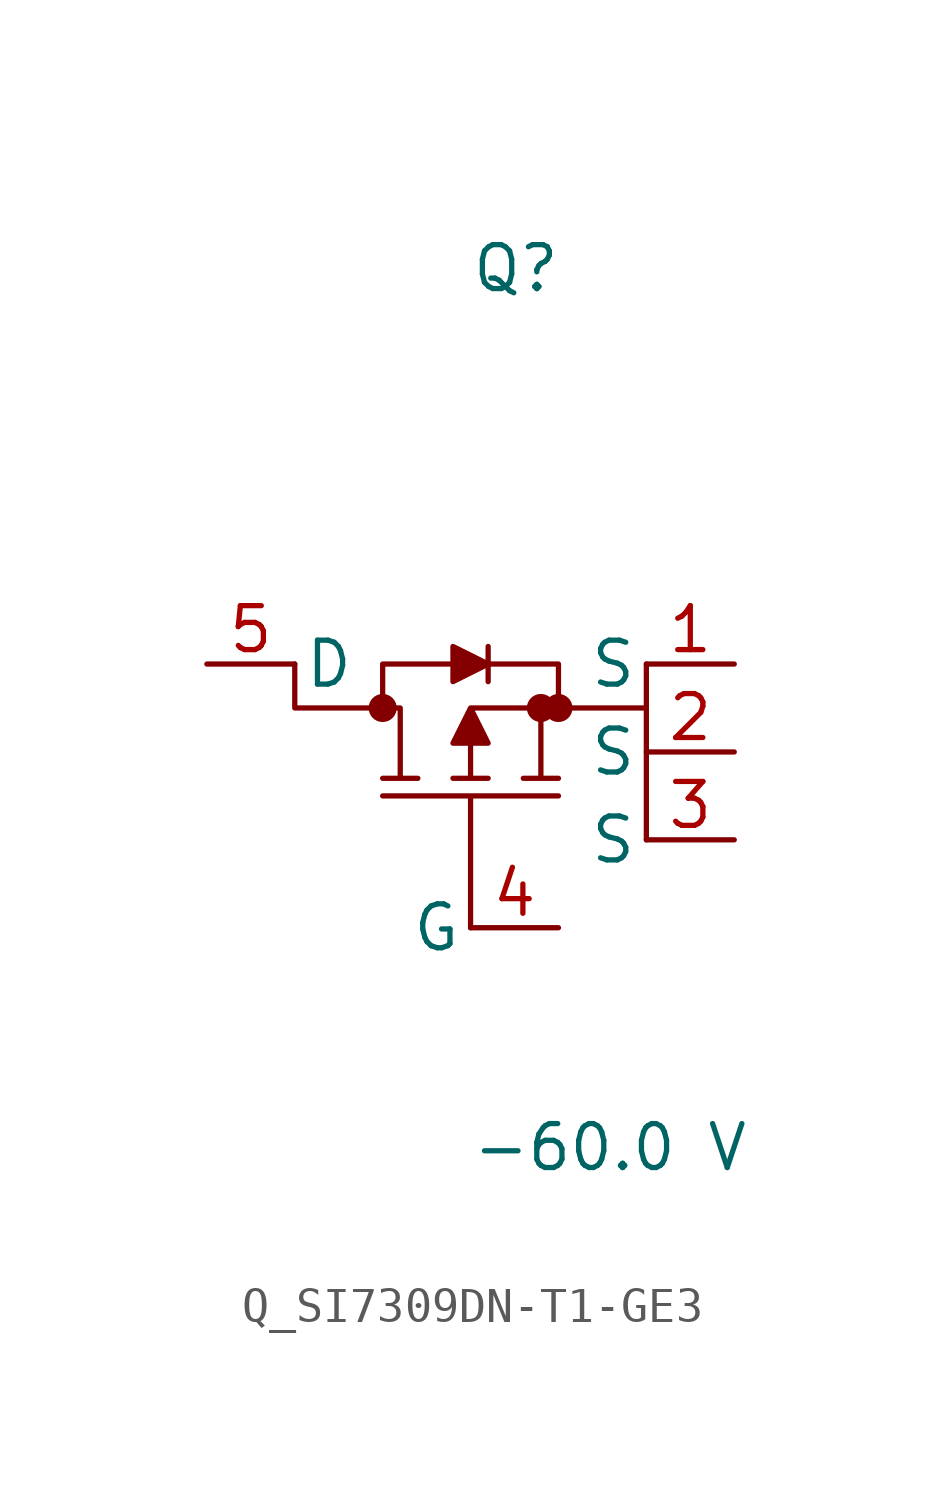
<source format=kicad_sym>
(kicad_symbol_lib
  (version 20231120)
  (generator kicad_symbol_editor)
  (generator_version 8.0)
  (symbol "Q_SI7309DN-T1-GE3"
    (pin_names
      (offset 0.254))
    (property "Reference" "Q"
      (at 0.0 12.7 0)
      (effects (font (size 1.27 1.27)) (justify left)))
    (property "Value" "-60.0 V"
      (at 0.0 -12.7 0)
      (effects (font (size 1.27 1.27)) (justify left)))
    (symbol "Q_SI7309DN-T1-GE3_1_0"
      (polyline (pts (xy 0 -6.35) (xy 0 -2.54) (xy -2.54 -2.54) (xy 2.54 -2.54) (xy 0 -2.54) (xy 0 -6.35)) (stroke (width 0) (type default)) (fill (type outline)))
      (polyline (pts (xy -5.08 1.27) (xy -5.08 0) (xy -2.54 0) (xy -2.032 0) (xy -2.032 -2.032) (xy -2.54 -2.032) (xy -1.524 -2.032) (xy -2.032 -2.032) (xy -2.032 0) (xy -2.54 0) (xy -2.54 1.27) (xy -0.508 1.27) (xy -0.508 0.762) (xy 0.508 1.27) (xy 0.508 0.762) (xy 0.508 1.27) (xy 2.54 1.27) (xy 2.54 0) (xy 0 0) (xy -0.508 -1.016) (xy 0 -1.016) (xy 0 -2.032) (xy -0.508 -2.032) (xy 0.508 -2.032) (xy 0 -2.032) (xy 0 -1.016) (xy 0.508 -1.016) (xy 0 0) (xy 2.032 0) (xy 2.032 -2.032) (xy 1.524 -2.032) (xy 2.54 -2.032) (xy 2.032 -2.032) (xy 2.032 0) (xy 2.54 0) (xy 5.08 0) (xy 5.08 -3.81) (xy 5.08 1.27) (xy 5.08 0) (xy 2.54 0) (xy 2.54 1.27) (xy 0.508 1.27) (xy 0.508 1.778) (xy 0.508 1.27) (xy -0.508 1.778) (xy -0.508 1.27) (xy -2.54 1.27) (xy -2.54 0) (xy -5.08 0) (xy -5.08 1.27)) (stroke (width 0) (type default)) (fill (type outline)))
      (circle (center -2.54 0) (radius 0.025) (stroke (width 0.381) (type default)) (fill (type none)))
      (circle (center 2.032 0) (radius 0.025) (stroke (width 0.381) (type default)) (fill (type none)))
      (circle (center 2.54 0) (radius 0.025) (stroke (width 0.381) (type default)) (fill (type none)))
      (pin unspecified line (at -7.62 1.27 0) (length 2.54) (name "D" (effects (font (size 1.27 1.27)))) (number "5" (effects (font (size 1.27 1.27)))))
      (pin unspecified line (at 7.62 1.27 180) (length 2.54) (name "S" (effects (font (size 1.27 1.27)))) (number "1" (effects (font (size 1.27 1.27)))))
      (pin unspecified line (at 7.62 -1.27 180) (length 2.54) (name "S" (effects (font (size 1.27 1.27)))) (number "2" (effects (font (size 1.27 1.27)))))
      (pin unspecified line (at 7.62 -3.81 180) (length 2.54) (name "S" (effects (font (size 1.27 1.27)))) (number "3" (effects (font (size 1.27 1.27)))))
      (pin unspecified line (at 2.54 -6.35 180) (length 2.54) (name "G" (effects (font (size 1.27 1.27)))) (number "4" (effects (font (size 1.27 1.27))))))))
</source>
